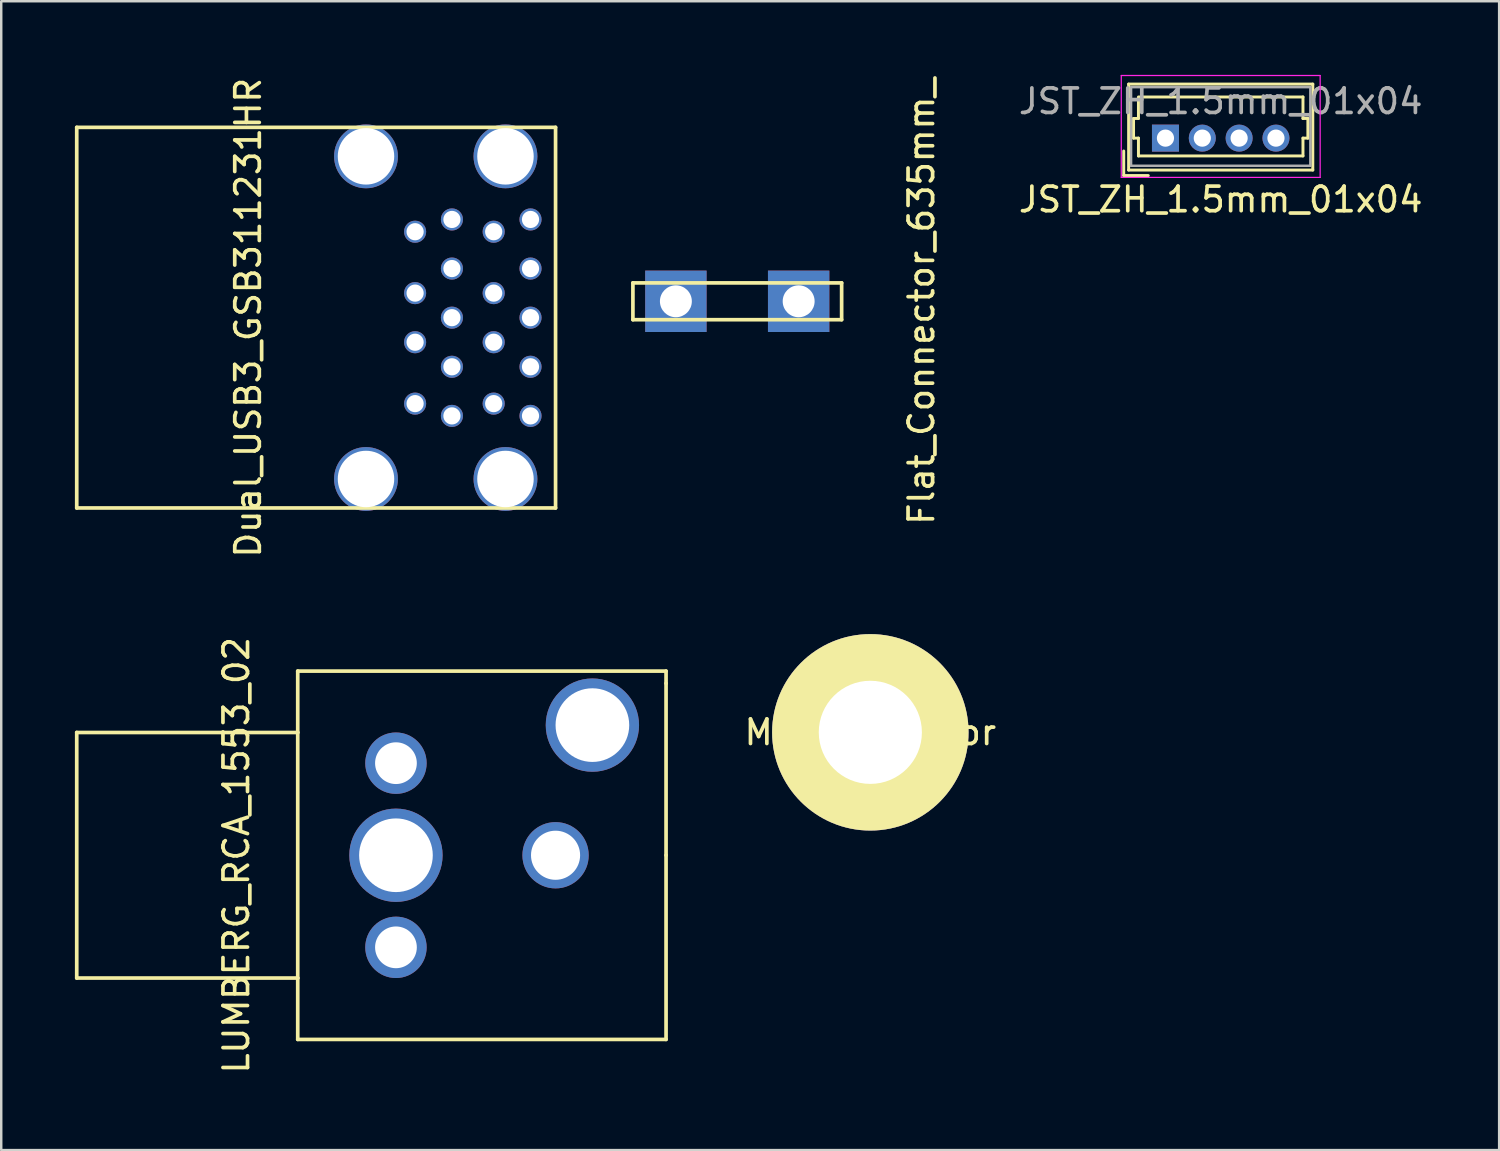
<source format=kicad_pcb>
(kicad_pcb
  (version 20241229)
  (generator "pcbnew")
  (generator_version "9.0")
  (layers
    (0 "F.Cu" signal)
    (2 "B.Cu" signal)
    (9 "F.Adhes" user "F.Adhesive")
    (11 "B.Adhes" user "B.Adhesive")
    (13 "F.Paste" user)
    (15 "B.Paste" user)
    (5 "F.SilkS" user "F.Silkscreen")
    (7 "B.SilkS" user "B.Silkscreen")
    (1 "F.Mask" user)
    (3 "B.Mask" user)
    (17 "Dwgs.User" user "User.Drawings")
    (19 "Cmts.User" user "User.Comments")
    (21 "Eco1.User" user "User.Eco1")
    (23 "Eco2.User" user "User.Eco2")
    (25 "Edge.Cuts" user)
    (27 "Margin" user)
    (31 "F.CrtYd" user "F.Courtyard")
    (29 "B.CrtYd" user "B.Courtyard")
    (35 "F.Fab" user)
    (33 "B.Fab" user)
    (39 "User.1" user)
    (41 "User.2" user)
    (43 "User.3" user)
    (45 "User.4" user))
  (footprint "Dual_USB3_GSB311231HR"
    (layer "F.Cu")
    (at 11.855 9.887)
    (property "Reference" "Dual_USB3_GSB311231HR" (at -4.8 0 90) (layer "F.SilkS") (effects (font (size 1 1) (thickness 0.15))))
    (attr through_hole)
    (fp_line (start -11.78 -7.75) (end 7.72 -7.75) (stroke (width 0.15) (type solid)) (layer "F.SilkS"))
    (fp_line (start -11.78 7.75) (end -11.78 -7.75) (stroke (width 0.15) (type solid)) (layer "F.SilkS"))
    (fp_line (start -11.78 7.75) (end 7.72 7.75) (stroke (width 0.15) (type solid)) (layer "F.SilkS"))
    (fp_line (start 7.72 -7.75) (end 7.72 7.75) (stroke (width 0.15) (type solid)) (layer "F.SilkS"))
    (pad "1" thru_hole circle (at 2 -3.5) (size 0.9 0.9) (drill 0.7) (layers "*.Cu" "*.Mask"))
    (pad "2" thru_hole circle (at 2 -1) (size 0.9 0.9) (drill 0.7) (layers "*.Cu" "*.Mask"))
    (pad "3" thru_hole circle (at 2 1) (size 0.9 0.9) (drill 0.7) (layers "*.Cu" "*.Mask"))
    (pad "4" thru_hole circle (at 2 3.5) (size 0.9 0.9) (drill 0.7) (layers "*.Cu" "*.Mask"))
    (pad "5" thru_hole circle (at 3.5 4) (size 0.9 0.9) (drill 0.7) (layers "*.Cu" "*.Mask"))
    (pad "6" thru_hole circle (at 3.5 2) (size 0.9 0.9) (drill 0.7) (layers "*.Cu" "*.Mask"))
    (pad "7" thru_hole circle (at 3.5 0) (size 0.9 0.9) (drill 0.7) (layers "*.Cu" "*.Mask"))
    (pad "8" thru_hole circle (at 3.5 -2) (size 0.9 0.9) (drill 0.7) (layers "*.Cu" "*.Mask"))
    (pad "9" thru_hole circle (at 3.5 -4) (size 0.9 0.9) (drill 0.7) (layers "*.Cu" "*.Mask"))
    (pad "10" thru_hole circle (at 5.2 -3.5) (size 0.9 0.9) (drill 0.7) (layers "*.Cu" "*.Mask"))
    (pad "11" thru_hole circle (at 5.2 -1) (size 0.9 0.9) (drill 0.7) (layers "*.Cu" "*.Mask"))
    (pad "12" thru_hole circle (at 5.2 1) (size 0.9 0.9) (drill 0.7) (layers "*.Cu" "*.Mask"))
    (pad "13" thru_hole circle (at 5.2 3.5) (size 0.9 0.9) (drill 0.7) (layers "*.Cu" "*.Mask"))
    (pad "14" thru_hole circle (at 6.7 4) (size 0.9 0.9) (drill 0.7) (layers "*.Cu" "*.Mask"))
    (pad "15" thru_hole circle (at 6.7 2) (size 0.9 0.9) (drill 0.7) (layers "*.Cu" "*.Mask"))
    (pad "16" thru_hole circle (at 6.7 0) (size 0.9 0.9) (drill 0.7) (layers "*.Cu" "*.Mask"))
    (pad "17" thru_hole circle (at 6.7 -2) (size 0.9 0.9) (drill 0.7) (layers "*.Cu" "*.Mask"))
    (pad "18" thru_hole circle (at 6.7 -4) (size 0.9 0.9) (drill 0.7) (layers "*.Cu" "*.Mask"))
    (pad "19" thru_hole circle (at 0 -6.57) (size 2.6 2.6) (drill 2.3) (layers "*.Cu" "*.Mask"))
    (pad "19" thru_hole circle (at 0 6.57) (size 2.6 2.6) (drill 2.3) (layers "*.Cu" "*.Mask"))
    (pad "19" thru_hole circle (at 5.68 -6.57) (size 2.6 2.6) (drill 2.3) (layers "*.Cu" "*.Mask"))
    (pad "19" thru_hole circle (at 5.68 6.57) (size 2.6 2.6) (drill 2.3) (layers "*.Cu" "*.Mask")))
  (footprint "JST_ZH_1.5mm_01x04"
    (layer "F.Cu")
    (at 46.663 2.575)
    (property "Reference" "JST_ZH_1.5mm_01x04" (at 0 2.5 0) (layer "F.SilkS") (effects (font (size 1 1) (thickness 0.15))))
    (attr through_hole)
    (fp_line (start -3.95 1.525) (end -3.95 0.525) (stroke (width 0.12) (type solid)) (layer "F.SilkS"))
    (fp_line (start -3.75 -2.2) (end -3.75 1.3) (stroke (width 0.12) (type solid)) (layer "F.SilkS"))
    (fp_line (start -3.75 1.3) (end 3.75 1.3) (stroke (width 0.12) (type solid)) (layer "F.SilkS"))
    (fp_line (start -3.55 -0.8) (end -3.55 0) (stroke (width 0.12) (type solid)) (layer "F.SilkS"))
    (fp_line (start -3.55 -0.8) (end -3.35 -0.8) (stroke (width 0.12) (type solid)) (layer "F.SilkS"))
    (fp_line (start -3.35 -0.8) (end -3.35 -1.675) (stroke (width 0.12) (type solid)) (layer "F.SilkS"))
    (fp_line (start -3.35 0) (end -3.55 0) (stroke (width 0.12) (type solid)) (layer "F.SilkS"))
    (fp_line (start -3.35 0.725) (end -3.35 0) (stroke (width 0.12) (type solid)) (layer "F.SilkS"))
    (fp_line (start -3.3 -1.675) (end 3.35 -1.675) (stroke (width 0.12) (type solid)) (layer "F.SilkS"))
    (fp_line (start -2.95 1.525) (end -3.95 1.525) (stroke (width 0.12) (type solid)) (layer "F.SilkS"))
    (fp_line (start 3.35 -0.8) (end 3.35 -1.675) (stroke (width 0.12) (type solid)) (layer "F.SilkS"))
    (fp_line (start 3.35 0) (end 3.55 0) (stroke (width 0.12) (type solid)) (layer "F.SilkS"))
    (fp_line (start 3.35 0.725) (end -3.35 0.725) (stroke (width 0.12) (type solid)) (layer "F.SilkS"))
    (fp_line (start 3.35 0.725) (end 3.35 0) (stroke (width 0.12) (type solid)) (layer "F.SilkS"))
    (fp_line (start 3.55 -0.8) (end 3.35 -0.8) (stroke (width 0.12) (type solid)) (layer "F.SilkS"))
    (fp_line (start 3.55 0) (end 3.55 -0.8) (stroke (width 0.12) (type solid)) (layer "F.SilkS"))
    (fp_line (start 3.75 -2.2) (end -3.75 -2.2) (stroke (width 0.12) (type solid)) (layer "F.SilkS"))
    (fp_line (start 3.75 1.3) (end 3.75 -2.2) (stroke (width 0.12) (type solid)) (layer "F.SilkS"))
    (fp_line (start -4.05 -2.55) (end -4.05 1.6) (stroke (width 0.05) (type solid)) (layer "F.CrtYd"))
    (fp_line (start -4.05 1.6) (end 4.05 1.6) (stroke (width 0.05) (type solid)) (layer "F.CrtYd"))
    (fp_line (start 4.05 -2.55) (end -4.05 -2.55) (stroke (width 0.05) (type solid)) (layer "F.CrtYd"))
    (fp_line (start 4.05 1.6) (end 4.05 -2.55) (stroke (width 0.05) (type solid)) (layer "F.CrtYd"))
    (fp_line (start -3.65 -2.075) (end -3.65 1.125) (stroke (width 0.1) (type solid)) (layer "F.Fab"))
    (fp_line (start -3.65 -2.075) (end 3.65 -2.075) (stroke (width 0.1) (type solid)) (layer "F.Fab"))
    (fp_line (start -3.65 1.125) (end 3.65 1.125) (stroke (width 0.1) (type solid)) (layer "F.Fab"))
    (fp_line (start 3.65 1.125) (end 3.65 -2.075) (stroke (width 0.1) (type solid)) (layer "F.Fab"))
    (fp_text user "${REFERENCE}" (at 0 -1.5 0) (layer "F.Fab") (effects (font (size 1 1) (thickness 0.15))))
    (pad "1" thru_hole rect (at -2.25 0) (size 1.1 1.1) (drill 0.7) (layers "*.Cu" "*.Mask"))
    (pad "2" thru_hole circle (at -0.75 0) (size 1.1 1.1) (drill 0.7) (layers "*.Cu" "*.Mask"))
    (pad "3" thru_hole circle (at 0.75 0) (size 1.1 1.1) (drill 0.7) (layers "*.Cu" "*.Mask"))
    (pad "4" thru_hole circle (at 2.25 0) (size 1.1 1.1) (drill 0.7) (layers "*.Cu" "*.Mask")))
  (footprint "M5_connector"
    (layer "F.Cu")
    (at 32.394 26.774)
    (property "Reference" "M5_connector" (at 0 0 0) (layer "F.SilkS") (effects (font (size 1 1) (thickness 0.15))))
    (attr through_hole)
    (pad "1" thru_hole circle (at 0 0) (size 8 8) (drill 4.2) (layers "*.Cu" "*.Mask" "F.SilkS")))
  (footprint "LUMBERG_RCA_1553_02"
    (layer "F.Cu")
    (at 9.075 31.78)
    (property "Reference" "LUMBERG_RCA_1553_02" (at -2.5 0 90) (layer "F.SilkS") (effects (font (size 1 1) (thickness 0.15))))
    (attr through_hole)
    (fp_line (start -9 -5) (end -9 5) (stroke (width 0.15) (type solid)) (layer "F.SilkS"))
    (fp_line (start -9 5) (end 0 5) (stroke (width 0.15) (type solid)) (layer "F.SilkS"))
    (fp_line (start 0 -7.5) (end 0 -5) (stroke (width 0.15) (type solid)) (layer "F.SilkS"))
    (fp_line (start 0 -5) (end -9 -5) (stroke (width 0.15) (type solid)) (layer "F.SilkS"))
    (fp_line (start 0 -5) (end 0 5) (stroke (width 0.15) (type solid)) (layer "F.SilkS"))
    (fp_line (start 0 7.5) (end 0 5) (stroke (width 0.15) (type solid)) (layer "F.SilkS"))
    (fp_line (start 0 7.5) (end 15 7.5) (stroke (width 0.15) (type solid)) (layer "F.SilkS"))
    (fp_line (start 15 -7.5) (end 0 -7.5) (stroke (width 0.15) (type solid)) (layer "F.SilkS"))
    (fp_line (start 15 -7) (end 15 -7.5) (stroke (width 0.15) (type solid)) (layer "F.SilkS"))
    (fp_line (start 15 0) (end 15 -7) (stroke (width 0.15) (type solid)) (layer "F.SilkS"))
    (fp_line (start 15 7.5) (end 15 0) (stroke (width 0.15) (type solid)) (layer "F.SilkS"))
    (pad "" np_thru_hole circle (at 4 -3.75) (size 2.5 2.5) (drill 1.7) (layers "*.Cu" "*.Mask"))
    (pad "" np_thru_hole circle (at 4 3.75) (size 2.5 2.5) (drill 1.7) (layers "*.Cu" "*.Mask"))
    (pad "" np_thru_hole circle (at 10.5 0) (size 2.7 2.7) (drill 2) (layers "*.Cu" "*.Mask"))
    (pad "1" thru_hole circle (at 12 -5.3) (size 3.8 3.8) (drill 3) (layers "*.Cu" "*.Mask"))
    (pad "3" thru_hole circle (at 4 0) (size 3.8 3.8) (drill 3) (layers "*.Cu" "*.Mask")))
  (footprint "Flat_Connector_635mm_"
    (layer "F.Cu")
    (at 26.975 9.22)
    (property "Reference" "Flat_Connector_635mm_" (at 7.5 0 90) (layer "F.SilkS") (effects (font (size 1 1) (thickness 0.15))))
    (attr exclude_from_pos_files exclude_from_bom)
    (fp_line (start -4.25 -0.75) (end 4.25 -0.75) (stroke (width 0.15) (type solid)) (layer "F.SilkS"))
    (fp_line (start -4.25 0.75) (end -4.25 -0.75) (stroke (width 0.15) (type solid)) (layer "F.SilkS"))
    (fp_line (start 4.25 -0.75) (end 4.25 0.75) (stroke (width 0.15) (type solid)) (layer "F.SilkS"))
    (fp_line (start 4.25 0.75) (end -4.25 0.75) (stroke (width 0.15) (type solid)) (layer "F.SilkS"))
    (pad "1" thru_hole rect (at -2.5 0) (size 2.5 2.5) (drill 1.3) (layers "*.Cu" "*.Mask"))
    (pad "2" thru_hole rect (at 2.5 0) (size 2.5 2.5) (drill 1.3) (layers "*.Cu" "*.Mask")))
  (gr_rect
    (start -3 -3)
    (end 58.002 43.786)
    (stroke (width 0.1) (type default))
    (fill no)
    (layer "Edge.Cuts")))
</source>
